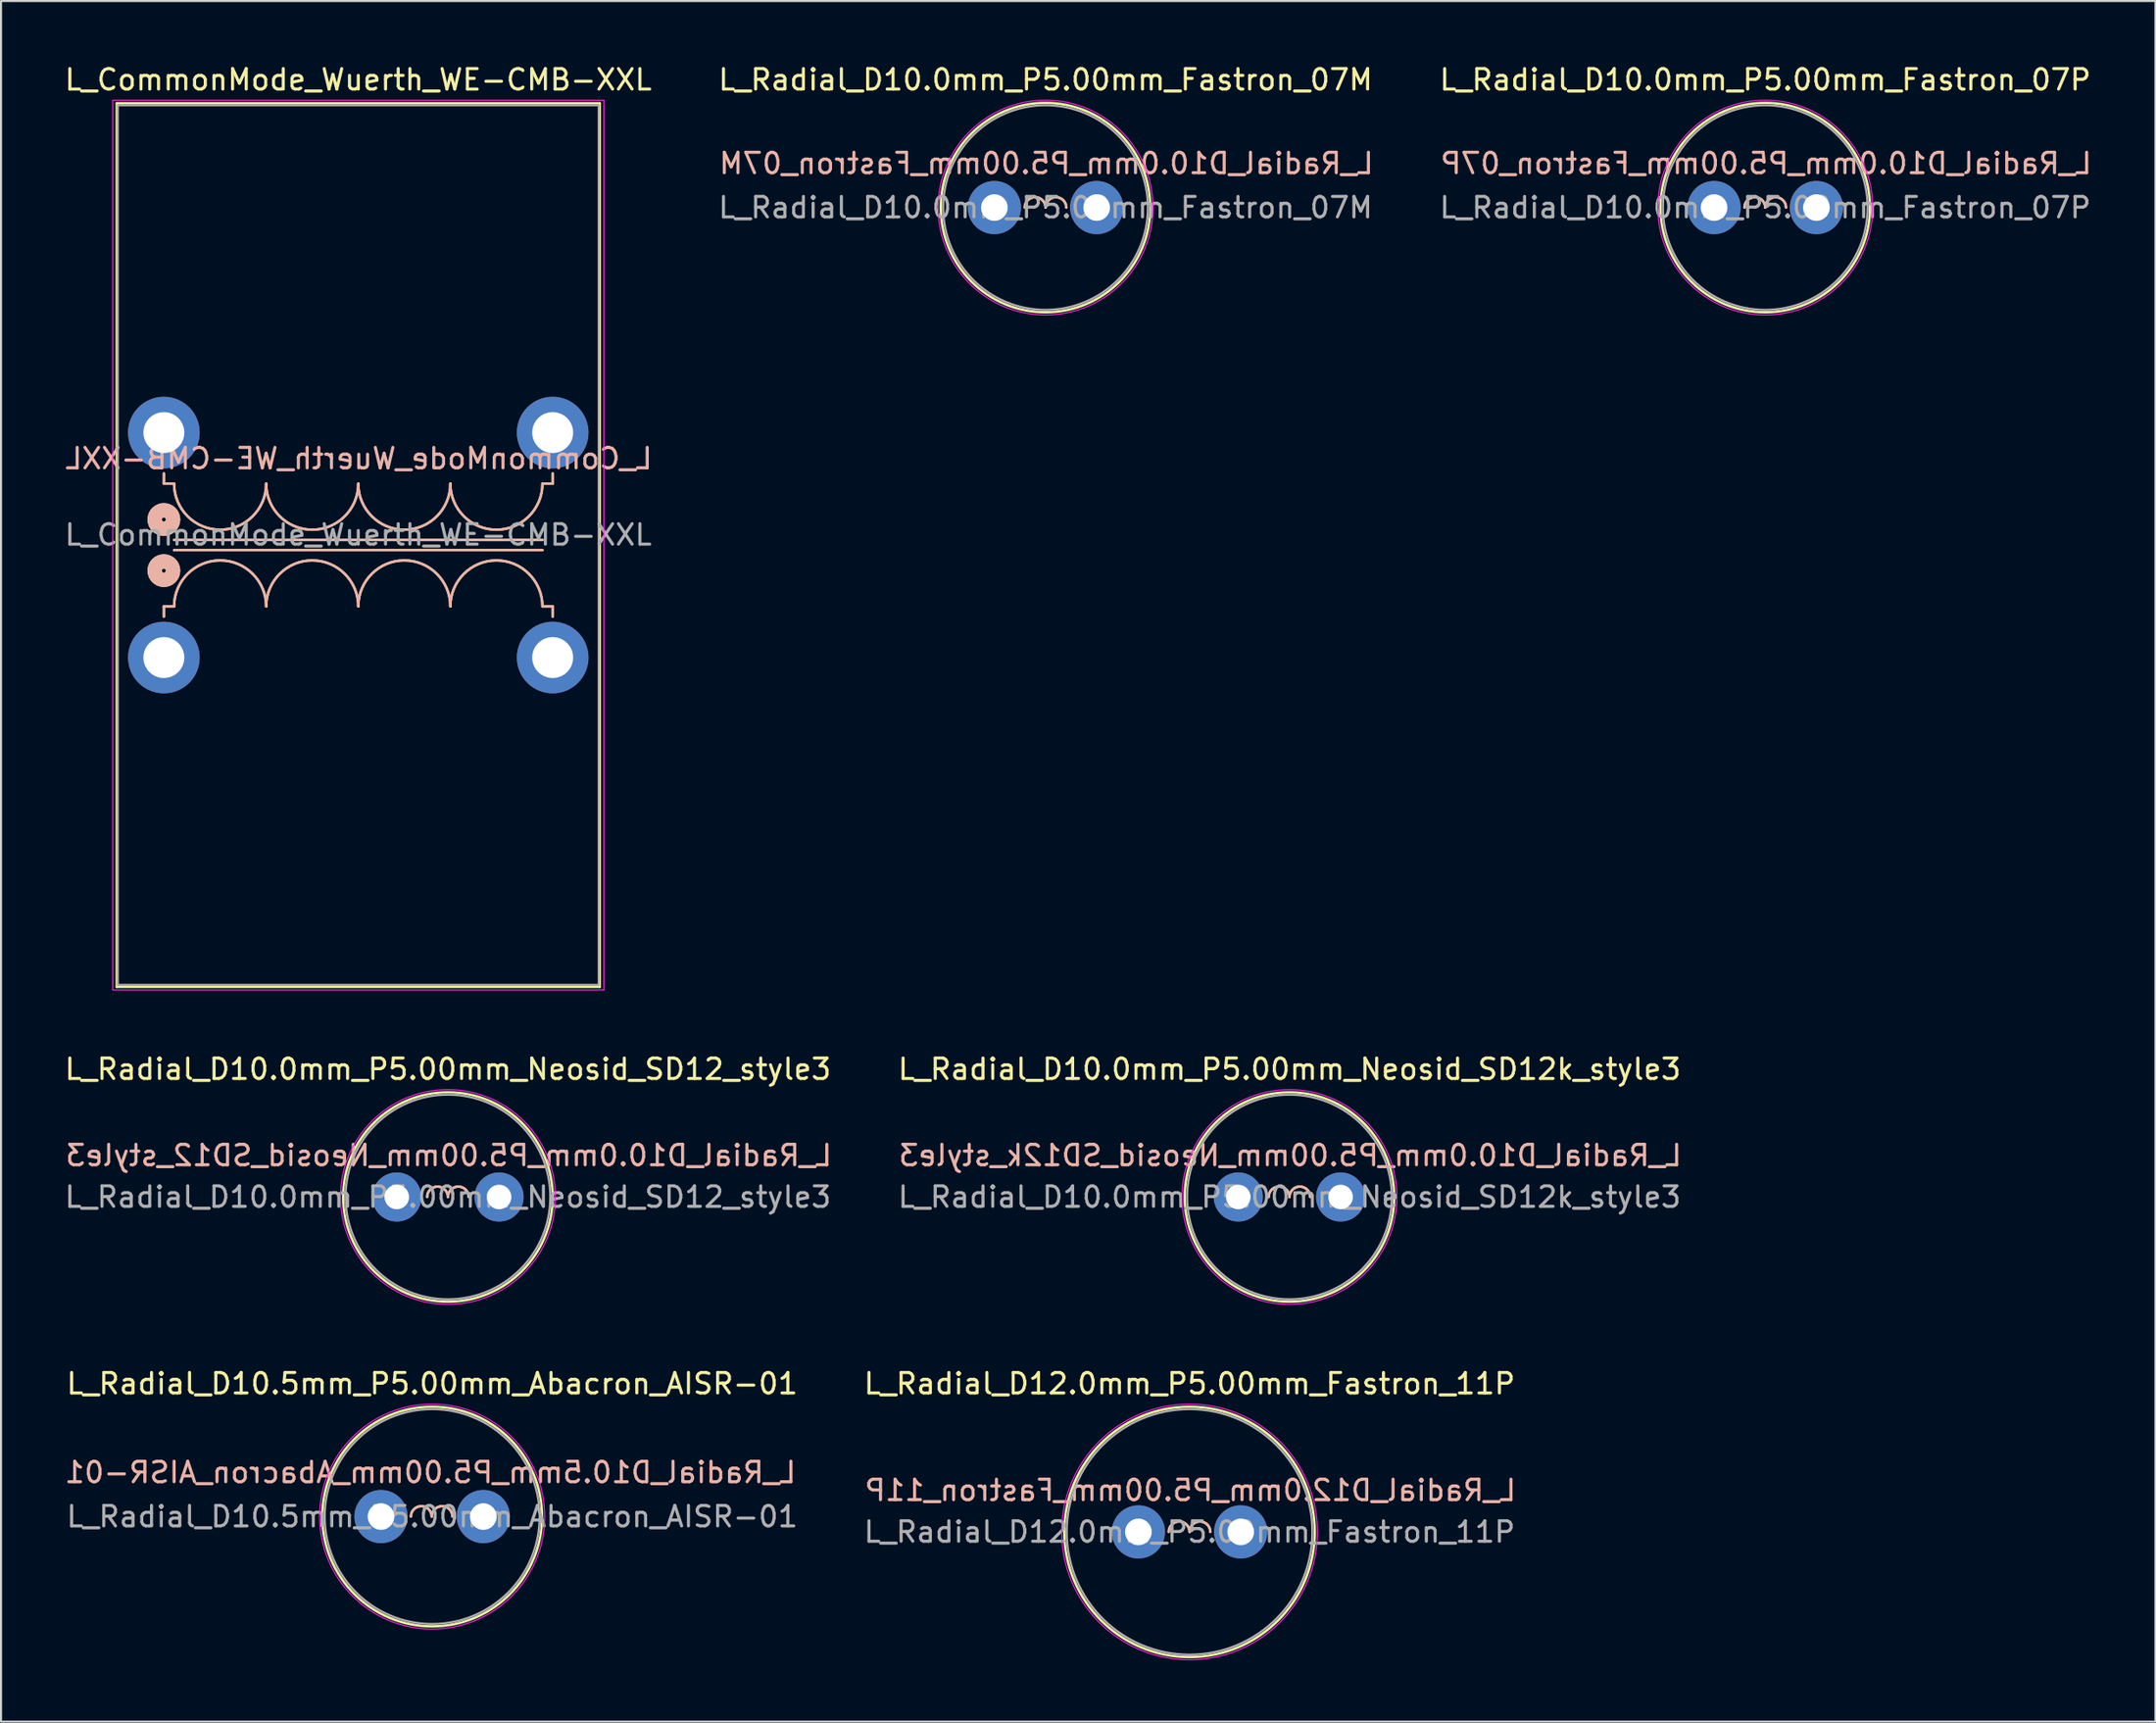
<source format=kicad_pcb>
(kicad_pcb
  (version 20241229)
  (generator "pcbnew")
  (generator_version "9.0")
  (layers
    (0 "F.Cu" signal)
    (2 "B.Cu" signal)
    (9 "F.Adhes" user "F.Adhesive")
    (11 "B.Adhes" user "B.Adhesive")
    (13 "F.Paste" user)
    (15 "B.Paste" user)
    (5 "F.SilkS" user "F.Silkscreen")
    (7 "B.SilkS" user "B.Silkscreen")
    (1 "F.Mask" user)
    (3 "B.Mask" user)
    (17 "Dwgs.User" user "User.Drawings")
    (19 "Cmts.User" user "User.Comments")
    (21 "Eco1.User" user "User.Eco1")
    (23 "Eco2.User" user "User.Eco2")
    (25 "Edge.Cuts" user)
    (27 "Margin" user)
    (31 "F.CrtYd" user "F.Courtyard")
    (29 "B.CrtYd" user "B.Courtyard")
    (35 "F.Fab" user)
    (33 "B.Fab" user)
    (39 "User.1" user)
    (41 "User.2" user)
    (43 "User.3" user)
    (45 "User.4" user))
  (footprint "L_Radial_D10.0mm_P5.00mm_Fastron_07M"
    (layer "F.Cu")
    (at 45.543 7.098)
    (property "Reference" "L_Radial_D10.0mm_P5.00mm_Fastron_07M" (at 2.5 -6.25 0) (layer "F.SilkS") (effects (font (size 1 1) (thickness 0.15))))
    (fp_arc (start 1.484 0) (mid 1.992 -0.508) (end 2.5 0) (stroke (width 0.12) (type solid)) (layer "F.SilkS"))
    (fp_arc (start 2.5 0) (mid 3.008 -0.508) (end 3.516 0) (stroke (width 0.12) (type solid)) (layer "F.SilkS"))
    (fp_circle (center 2.5 0) (end 7.62 0) (stroke (width 0.12) (type solid)) (fill no) (layer "F.SilkS"))
    (fp_arc (start 1.484 0) (mid 1.992 -0.508) (end 2.5 0) (stroke (width 0.12) (type solid)) (layer "B.SilkS"))
    (fp_arc (start 2.5 0) (mid 3.008 -0.508) (end 3.516 0) (stroke (width 0.12) (type solid)) (layer "B.SilkS"))
    (fp_circle (center 2.5 0) (end 7.75 0) (stroke (width 0.05) (type solid)) (fill no) (layer "F.CrtYd"))
    (fp_circle (center 2.5 0) (end 7.5 0) (stroke (width 0.1) (type solid)) (fill no) (layer "F.Fab"))
    (fp_text user "${REFERENCE}" (at 2.54 -2.159 0) (layer "B.SilkS") (effects (font (size 1 1) (thickness 0.15)) (justify mirror)))
    (fp_text user "${REFERENCE}" (at 2.5 0 0) (layer "F.Fab") (effects (font (size 1 1) (thickness 0.15))))
    (pad "1" thru_hole circle (at 0 0) (size 2.6 2.6) (drill 1.3) (layers "*.Cu" "*.Mask"))
    (pad "2" thru_hole circle (at 5 0) (size 2.6 2.6) (drill 1.3) (layers "*.Cu" "*.Mask")))
  (footprint "L_Radial_D10.5mm_P5.00mm_Abacron_AISR-01"
    (layer "F.Cu")
    (at 15.569 71.095)
    (property "Reference" "L_Radial_D10.5mm_P5.00mm_Abacron_AISR-01" (at 2.5 -6.5 0) (layer "F.SilkS") (effects (font (size 1 1) (thickness 0.15))))
    (fp_arc (start 1.4605 0) (mid 1.9685 -0.508) (end 2.4765 0) (stroke (width 0.12) (type solid)) (layer "F.SilkS"))
    (fp_arc (start 2.4765 0) (mid 2.9845 -0.508) (end 3.4925 0) (stroke (width 0.12) (type solid)) (layer "F.SilkS"))
    (fp_circle (center 2.5 0) (end 7.87 0) (stroke (width 0.12) (type solid)) (fill no) (layer "F.SilkS"))
    (fp_arc (start 1.4605 0) (mid 1.9685 -0.508) (end 2.4765 0) (stroke (width 0.12) (type solid)) (layer "B.SilkS"))
    (fp_arc (start 2.4765 0) (mid 2.9845 -0.508) (end 3.4925 0) (stroke (width 0.12) (type solid)) (layer "B.SilkS"))
    (fp_circle (center 2.5 0) (end 8 0) (stroke (width 0.05) (type solid)) (fill no) (layer "F.CrtYd"))
    (fp_circle (center 2.5 0) (end 7.75 0) (stroke (width 0.1) (type solid)) (fill no) (layer "F.Fab"))
    (fp_text user "${REFERENCE}" (at 2.413 -2.159 0) (layer "B.SilkS") (effects (font (size 1 1) (thickness 0.15)) (justify mirror)))
    (fp_text user "${REFERENCE}" (at 2.5 0 0) (layer "F.Fab") (effects (font (size 1 1) (thickness 0.15))))
    (pad "1" thru_hole circle (at 0 0) (size 2.6 2.6) (drill 1.3) (layers "*.Cu" "*.Mask"))
    (pad "2" thru_hole circle (at 5 0) (size 2.6 2.6) (drill 1.3) (layers "*.Cu" "*.Mask")))
  (footprint "L_CommonMode_Wuerth_WE-CMB-XXL"
    (layer "F.Cu")
    (at 4.958 18.098)
    (property "Reference" "L_CommonMode_Wuerth_WE-CMB-XXL" (at 9.5 -17.25 0) (layer "F.SilkS") (effects (font (size 1 1) (thickness 0.15))))
    (fp_line (start -2.3 -16.1) (end 21.3 -16.1) (stroke (width 0.12) (type solid)) (layer "F.SilkS"))
    (fp_line (start -2.3 27.1) (end -2.3 -16.1) (stroke (width 0.12) (type solid)) (layer "F.SilkS"))
    (fp_line (start 0 2.5) (end 0 2) (stroke (width 0.12) (type solid)) (layer "F.SilkS"))
    (fp_line (start 0 8.5) (end 0 9) (stroke (width 0.12) (type solid)) (layer "F.SilkS"))
    (fp_line (start 0.5 2.5) (end 0 2.5) (stroke (width 0.12) (type solid)) (layer "F.SilkS"))
    (fp_line (start 0.5 5.75) (end 18.5 5.75) (stroke (width 0.12) (type solid)) (layer "F.SilkS"))
    (fp_line (start 0.5 8.5) (end 0 8.5) (stroke (width 0.12) (type solid)) (layer "F.SilkS"))
    (fp_line (start 18.5 2.5) (end 19 2.5) (stroke (width 0.12) (type solid)) (layer "F.SilkS"))
    (fp_line (start 18.5 5.25) (end 0.5 5.25) (stroke (width 0.12) (type solid)) (layer "F.SilkS"))
    (fp_line (start 18.5 8.5) (end 19 8.5) (stroke (width 0.12) (type solid)) (layer "F.SilkS"))
    (fp_line (start 19 2.5) (end 19 2) (stroke (width 0.12) (type solid)) (layer "F.SilkS"))
    (fp_line (start 19 8.5) (end 19 9) (stroke (width 0.12) (type solid)) (layer "F.SilkS"))
    (fp_line (start 21.3 -16.1) (end 21.3 27.1) (stroke (width 0.12) (type solid)) (layer "F.SilkS"))
    (fp_line (start 21.3 27.1) (end -2.3 27.1) (stroke (width 0.12) (type solid)) (layer "F.SilkS"))
    (fp_arc (start 0.5 8.5) (mid 2.75 6.25) (end 5 8.5) (stroke (width 0.12) (type solid)) (layer "F.SilkS"))
    (fp_arc (start 5 2.5) (mid 2.75 4.75) (end 0.5 2.5) (stroke (width 0.12) (type solid)) (layer "F.SilkS"))
    (fp_arc (start 5 8.5) (mid 7.25 6.25) (end 9.5 8.5) (stroke (width 0.12) (type solid)) (layer "F.SilkS"))
    (fp_arc (start 9.5 2.5) (mid 7.25 4.75) (end 5 2.5) (stroke (width 0.12) (type solid)) (layer "F.SilkS"))
    (fp_arc (start 9.5 8.5) (mid 11.75 6.25) (end 14 8.5) (stroke (width 0.12) (type solid)) (layer "F.SilkS"))
    (fp_arc (start 14 2.5) (mid 11.75 4.75) (end 9.5 2.5) (stroke (width 0.12) (type solid)) (layer "F.SilkS"))
    (fp_arc (start 14 8.5) (mid 16.25 6.25) (end 18.5 8.5) (stroke (width 0.12) (type solid)) (layer "F.SilkS"))
    (fp_arc (start 18.5 2.5) (mid 16.25 4.75) (end 14 2.5) (stroke (width 0.12) (type solid)) (layer "F.SilkS"))
    (fp_circle (center 0 4.25) (end 0.1 4.25) (stroke (width 0.7) (type solid)) (fill no) (layer "F.SilkS"))
    (fp_circle (center 0 6.75) (end 0.1 6.75) (stroke (width 0.7) (type solid)) (fill no) (layer "F.SilkS"))
    (fp_line (start 0 2.5) (end 0 2) (stroke (width 0.12) (type solid)) (layer "B.SilkS"))
    (fp_line (start 0 8.5) (end 0 9) (stroke (width 0.12) (type solid)) (layer "B.SilkS"))
    (fp_line (start 0.5 2.5) (end 0 2.5) (stroke (width 0.12) (type solid)) (layer "B.SilkS"))
    (fp_line (start 0.5 5.25) (end 18.5 5.25) (stroke (width 0.12) (type solid)) (layer "B.SilkS"))
    (fp_line (start 0.5 8.5) (end 0 8.5) (stroke (width 0.12) (type solid)) (layer "B.SilkS"))
    (fp_line (start 18.5 2.5) (end 19 2.5) (stroke (width 0.12) (type solid)) (layer "B.SilkS"))
    (fp_line (start 18.5 5.75) (end 0.5 5.75) (stroke (width 0.12) (type solid)) (layer "B.SilkS"))
    (fp_line (start 18.5 8.5) (end 19 8.5) (stroke (width 0.12) (type solid)) (layer "B.SilkS"))
    (fp_line (start 19 2.5) (end 19 2) (stroke (width 0.12) (type solid)) (layer "B.SilkS"))
    (fp_line (start 19 8.5) (end 19 9) (stroke (width 0.12) (type solid)) (layer "B.SilkS"))
    (fp_arc (start 0.5 8.5) (mid 2.75 6.25) (end 5 8.5) (stroke (width 0.12) (type solid)) (layer "B.SilkS"))
    (fp_arc (start 5 2.5) (mid 2.75 4.75) (end 0.5 2.5) (stroke (width 0.12) (type solid)) (layer "B.SilkS"))
    (fp_arc (start 5 8.5) (mid 7.25 6.25) (end 9.5 8.5) (stroke (width 0.12) (type solid)) (layer "B.SilkS"))
    (fp_arc (start 9.5 2.5) (mid 7.25 4.75) (end 5 2.5) (stroke (width 0.12) (type solid)) (layer "B.SilkS"))
    (fp_arc (start 9.5 8.5) (mid 11.75 6.25) (end 14 8.5) (stroke (width 0.12) (type solid)) (layer "B.SilkS"))
    (fp_arc (start 14 2.5) (mid 11.75 4.75) (end 9.5 2.5) (stroke (width 0.12) (type solid)) (layer "B.SilkS"))
    (fp_arc (start 14 8.5) (mid 16.25 6.25) (end 18.5 8.5) (stroke (width 0.12) (type solid)) (layer "B.SilkS"))
    (fp_arc (start 18.5 2.5) (mid 16.25 4.75) (end 14 2.5) (stroke (width 0.12) (type solid)) (layer "B.SilkS"))
    (fp_circle (center 0 4.25) (end 0.1 4.25) (stroke (width 0.7) (type solid)) (fill no) (layer "B.SilkS"))
    (fp_circle (center 0 6.75) (end 0.1 6.75) (stroke (width 0.7) (type solid)) (fill no) (layer "B.SilkS"))
    (fp_line (start -2.5 -16.25) (end 21.5 -16.25) (stroke (width 0.05) (type solid)) (layer "F.CrtYd"))
    (fp_line (start -2.5 27.25) (end -2.5 -16.25) (stroke (width 0.05) (type solid)) (layer "F.CrtYd"))
    (fp_line (start 21.5 -16.25) (end 21.5 27.25) (stroke (width 0.05) (type solid)) (layer "F.CrtYd"))
    (fp_line (start 21.5 27.25) (end -2.5 27.25) (stroke (width 0.05) (type solid)) (layer "F.CrtYd"))
    (fp_line (start -2.25 -16) (end -2.25 27) (stroke (width 0.1) (type solid)) (layer "F.Fab"))
    (fp_line (start -2.25 27) (end 21.25 27) (stroke (width 0.1) (type solid)) (layer "F.Fab"))
    (fp_line (start 21.25 -16) (end -2.25 -16) (stroke (width 0.1) (type solid)) (layer "F.Fab"))
    (fp_line (start 21.25 27) (end 21.25 -16) (stroke (width 0.1) (type solid)) (layer "F.Fab"))
    (fp_text user "${REFERENCE}" (at 9.525 1.27 0) (layer "B.SilkS") (effects (font (size 1 1) (thickness 0.15)) (justify mirror)))
    (fp_text user "${REFERENCE}" (at 9.5 5 0) (layer "F.Fab") (effects (font (size 1 1) (thickness 0.15))))
    (pad "1" thru_hole circle (at 0 0) (size 3.5 3.5) (drill 2) (layers "*.Cu" "*.Mask"))
    (pad "6" thru_hole circle (at 0 11) (size 3.5 3.5) (drill 2) (layers "*.Cu" "*.Mask"))
    (pad "7" thru_hole circle (at 19 11) (size 3.5 3.5) (drill 2) (layers "*.Cu" "*.Mask"))
    (pad "12" thru_hole circle (at 19 0) (size 3.5 3.5) (drill 2) (layers "*.Cu" "*.Mask")))
  (footprint "L_Radial_D10.0mm_P5.00mm_Neosid_SD12_style3"
    (layer "F.Cu")
    (at 16.339 55.471)
    (property "Reference" "L_Radial_D10.0mm_P5.00mm_Neosid_SD12_style3" (at 2.5 -6.25 0) (layer "F.SilkS") (effects (font (size 1 1) (thickness 0.15))))
    (fp_arc (start 1.484 0) (mid 1.992 -0.508) (end 2.5 0) (stroke (width 0.12) (type solid)) (layer "F.SilkS"))
    (fp_arc (start 2.5 0) (mid 3.008 -0.508) (end 3.516 0) (stroke (width 0.12) (type solid)) (layer "F.SilkS"))
    (fp_circle (center 2.5 0) (end 7.62 0) (stroke (width 0.12) (type solid)) (fill no) (layer "F.SilkS"))
    (fp_arc (start 1.484 0) (mid 1.992 -0.508) (end 2.5 0) (stroke (width 0.12) (type solid)) (layer "B.SilkS"))
    (fp_arc (start 2.5 0) (mid 3.008 -0.508) (end 3.516 0) (stroke (width 0.12) (type solid)) (layer "B.SilkS"))
    (fp_circle (center 2.5 0) (end 7.75 0) (stroke (width 0.05) (type solid)) (fill no) (layer "F.CrtYd"))
    (fp_circle (center 2.5 0) (end 7.5 0) (stroke (width 0.1) (type solid)) (fill no) (layer "F.Fab"))
    (fp_text user "${REFERENCE}" (at 2.54 -2.032 0) (layer "B.SilkS") (effects (font (size 1 1) (thickness 0.15)) (justify mirror)))
    (fp_text user "${REFERENCE}" (at 2.5 0 0) (layer "F.Fab") (effects (font (size 1 1) (thickness 0.15))))
    (pad "1" thru_hole circle (at 0 0) (size 2.4 2.4) (drill 1.2) (layers "*.Cu" "*.Mask"))
    (pad "2" thru_hole circle (at 5 0) (size 2.4 2.4) (drill 1.2) (layers "*.Cu" "*.Mask")))
  (footprint "L_Radial_D10.0mm_P5.00mm_Fastron_07P"
    (layer "F.Cu")
    (at 80.714 7.098)
    (property "Reference" "L_Radial_D10.0mm_P5.00mm_Fastron_07P" (at 2.5 -6.25 0) (layer "F.SilkS") (effects (font (size 1 1) (thickness 0.15))))
    (fp_arc (start 1.484 0) (mid 1.992 -0.508) (end 2.5 0) (stroke (width 0.12) (type solid)) (layer "F.SilkS"))
    (fp_arc (start 2.5 0) (mid 3.008 -0.508) (end 3.516 0) (stroke (width 0.12) (type solid)) (layer "F.SilkS"))
    (fp_circle (center 2.5 0) (end 7.62 0) (stroke (width 0.12) (type solid)) (fill no) (layer "F.SilkS"))
    (fp_arc (start 1.484 0) (mid 1.992 -0.508) (end 2.5 0) (stroke (width 0.12) (type solid)) (layer "B.SilkS"))
    (fp_arc (start 2.5 0) (mid 3.008 -0.508) (end 3.516 0) (stroke (width 0.12) (type solid)) (layer "B.SilkS"))
    (fp_circle (center 2.5 0) (end 7.75 0) (stroke (width 0.05) (type solid)) (fill no) (layer "F.CrtYd"))
    (fp_circle (center 2.5 0) (end 7.5 0) (stroke (width 0.1) (type solid)) (fill no) (layer "F.Fab"))
    (fp_text user "${REFERENCE}" (at 2.54 -2.159 0) (layer "B.SilkS") (effects (font (size 1 1) (thickness 0.15)) (justify mirror)))
    (fp_text user "${REFERENCE}" (at 2.5 0 0) (layer "F.Fab") (effects (font (size 1 1) (thickness 0.15))))
    (pad "1" thru_hole circle (at 0 0) (size 2.6 2.6) (drill 1.3) (layers "*.Cu" "*.Mask"))
    (pad "2" thru_hole circle (at 5 0) (size 2.6 2.6) (drill 1.3) (layers "*.Cu" "*.Mask")))
  (footprint "L_Radial_D12.0mm_P5.00mm_Fastron_11P"
    (layer "F.Cu")
    (at 52.581 71.845)
    (property "Reference" "L_Radial_D12.0mm_P5.00mm_Fastron_11P" (at 2.5 -7.25 0) (layer "F.SilkS") (effects (font (size 1 1) (thickness 0.15))))
    (fp_arc (start 1.484 0) (mid 1.992 -0.508) (end 2.5 0) (stroke (width 0.12) (type solid)) (layer "F.SilkS"))
    (fp_arc (start 2.5 0) (mid 3.008 -0.508) (end 3.516 0) (stroke (width 0.12) (type solid)) (layer "F.SilkS"))
    (fp_circle (center 2.5 0) (end 8.62 0) (stroke (width 0.12) (type solid)) (fill no) (layer "F.SilkS"))
    (fp_arc (start 1.484 0) (mid 1.992 -0.508) (end 2.5 0) (stroke (width 0.12) (type solid)) (layer "B.SilkS"))
    (fp_arc (start 2.5 0) (mid 3.008 -0.508) (end 3.516 0) (stroke (width 0.12) (type solid)) (layer "B.SilkS"))
    (fp_circle (center 2.5 0) (end 8.75 0) (stroke (width 0.05) (type solid)) (fill no) (layer "F.CrtYd"))
    (fp_circle (center 2.5 0) (end 8.5 0) (stroke (width 0.1) (type solid)) (fill no) (layer "F.Fab"))
    (fp_text user "${REFERENCE}" (at 2.54 -2.032 0) (layer "B.SilkS") (effects (font (size 1 1) (thickness 0.15)) (justify mirror)))
    (fp_text user "${REFERENCE}" (at 2.5 0 0) (layer "F.Fab") (effects (font (size 1 1) (thickness 0.15))))
    (pad "1" thru_hole circle (at 0 0) (size 2.6 2.6) (drill 1.3) (layers "*.Cu" "*.Mask"))
    (pad "2" thru_hole circle (at 5 0) (size 2.6 2.6) (drill 1.3) (layers "*.Cu" "*.Mask")))
  (footprint "L_Radial_D10.0mm_P5.00mm_Neosid_SD12k_style3"
    (layer "F.Cu")
    (at 57.463 55.471)
    (property "Reference" "L_Radial_D10.0mm_P5.00mm_Neosid_SD12k_style3" (at 2.5 -6.25 0) (layer "F.SilkS") (effects (font (size 1 1) (thickness 0.15))))
    (fp_arc (start 1.484 0) (mid 1.992 -0.508) (end 2.5 0) (stroke (width 0.12) (type solid)) (layer "F.SilkS"))
    (fp_arc (start 2.5 0) (mid 3.008 -0.508) (end 3.516 0) (stroke (width 0.12) (type solid)) (layer "F.SilkS"))
    (fp_circle (center 2.5 0) (end 7.62 0) (stroke (width 0.12) (type solid)) (fill no) (layer "F.SilkS"))
    (fp_arc (start 1.484 0) (mid 1.992 -0.508) (end 2.5 0) (stroke (width 0.12) (type solid)) (layer "B.SilkS"))
    (fp_arc (start 2.5 0) (mid 3.008 -0.508) (end 3.516 0) (stroke (width 0.12) (type solid)) (layer "B.SilkS"))
    (fp_circle (center 2.5 0) (end 7.75 0) (stroke (width 0.05) (type solid)) (fill no) (layer "F.CrtYd"))
    (fp_circle (center 2.5 0) (end 7.5 0) (stroke (width 0.1) (type solid)) (fill no) (layer "F.Fab"))
    (fp_text user "${REFERENCE}" (at 2.54 -2.032 0) (layer "B.SilkS") (effects (font (size 1 1) (thickness 0.15)) (justify mirror)))
    (fp_text user "${REFERENCE}" (at 2.5 0 0) (layer "F.Fab") (effects (font (size 1 1) (thickness 0.15))))
    (pad "1" thru_hole circle (at 0 0) (size 2.4 2.4) (drill 1.2) (layers "*.Cu" "*.Mask"))
    (pad "2" thru_hole circle (at 5 0) (size 2.4 2.4) (drill 1.2) (layers "*.Cu" "*.Mask")))
  (gr_rect
    (start -3 -3)
    (end 102.284 81.12)
    (stroke (width 0.1) (type default))
    (fill no)
    (layer "Edge.Cuts")))
</source>
